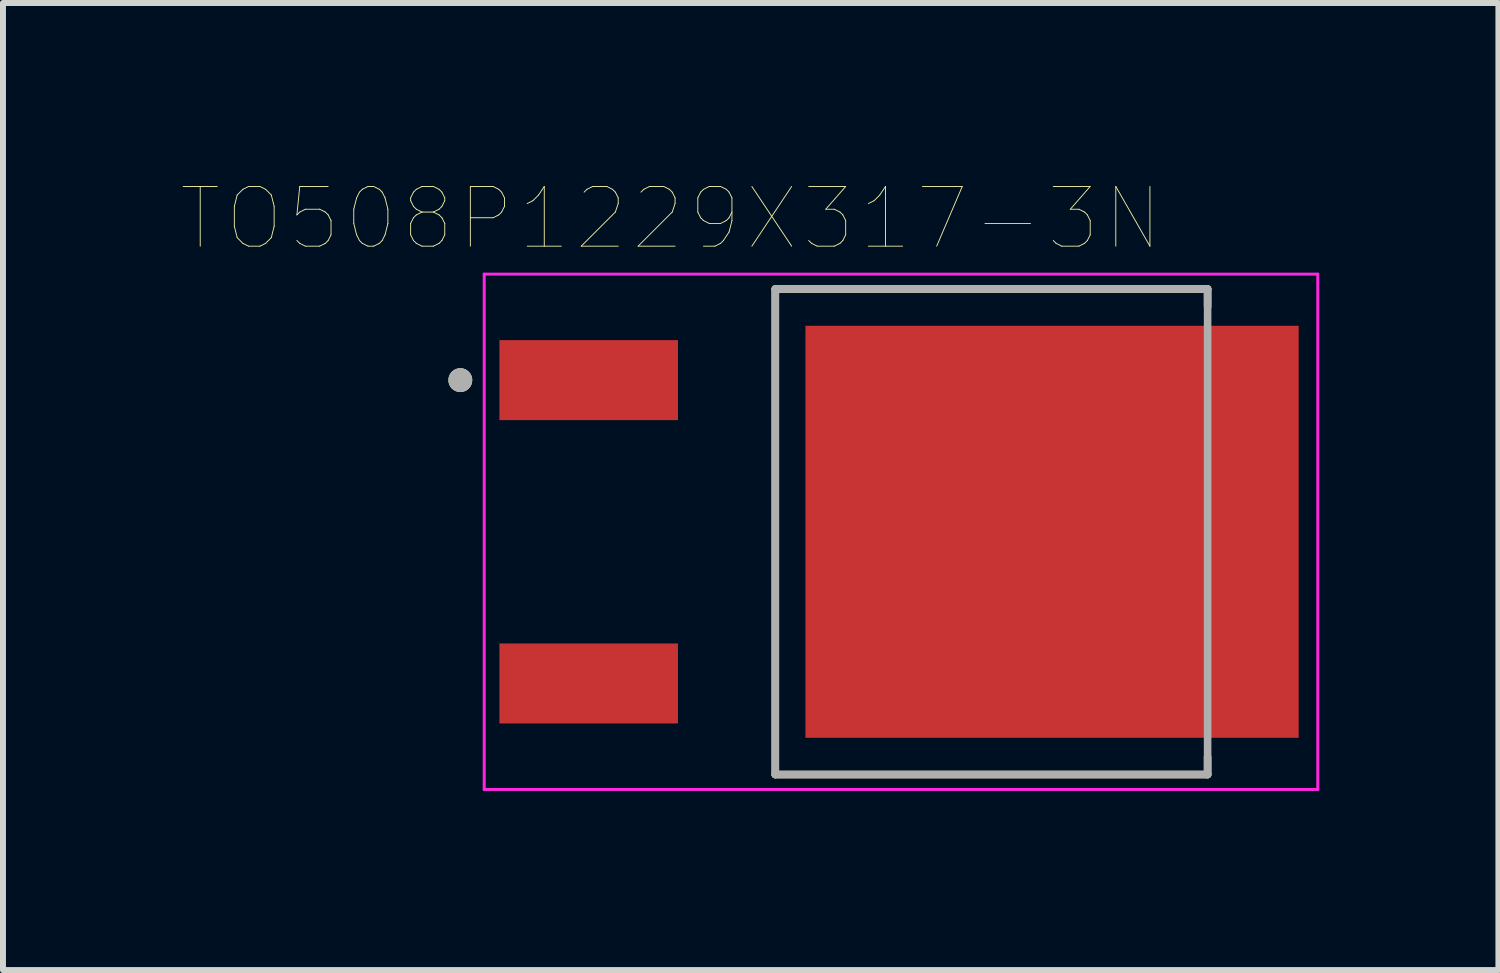
<source format=kicad_pcb>
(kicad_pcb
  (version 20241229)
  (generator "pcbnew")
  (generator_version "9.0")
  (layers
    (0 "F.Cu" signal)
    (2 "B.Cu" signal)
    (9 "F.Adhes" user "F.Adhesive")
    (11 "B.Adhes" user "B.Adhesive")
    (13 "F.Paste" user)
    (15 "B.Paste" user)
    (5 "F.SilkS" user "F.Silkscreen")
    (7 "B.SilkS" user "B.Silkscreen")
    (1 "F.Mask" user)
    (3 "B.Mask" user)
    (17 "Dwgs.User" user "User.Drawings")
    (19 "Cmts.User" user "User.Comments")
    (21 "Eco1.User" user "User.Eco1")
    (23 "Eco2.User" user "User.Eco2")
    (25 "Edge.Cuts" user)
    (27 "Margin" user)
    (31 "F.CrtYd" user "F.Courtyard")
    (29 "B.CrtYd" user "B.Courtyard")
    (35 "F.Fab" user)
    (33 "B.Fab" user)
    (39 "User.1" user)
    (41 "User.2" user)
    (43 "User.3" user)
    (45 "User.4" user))
  (footprint "TO508P1229X317-3N"
    (layer "F.Cu")
    (at 12.009 5.856)
    (property "Reference" "TO508P1229X317-3N" (at -3.825 -5.245 0) (layer "F.SilkS") (effects (font (size 1 1) (thickness 0.015))))
    (attr through_hole)
    (fp_line (start -2.075 -4.065) (end 5.165 -4.065) (stroke (width 0.127) (type solid)) (layer "F.SilkS"))
    (fp_line (start -2.075 4.065) (end -2.075 -4.065) (stroke (width 0.127) (type solid)) (layer "F.SilkS"))
    (fp_line (start 5.165 -4.065) (end 5.165 -3.77) (stroke (width 0.127) (type solid)) (layer "F.SilkS"))
    (fp_line (start 5.165 4.065) (end -2.075 4.065) (stroke (width 0.127) (type solid)) (layer "F.SilkS"))
    (fp_line (start 5.165 4.065) (end 5.165 3.77) (stroke (width 0.127) (type solid)) (layer "F.SilkS"))
    (fp_circle (center -7.35 -2.54) (end -7.25 -2.54) (stroke (width 0.2) (type solid)) (fill no) (layer "F.SilkS"))
    (fp_poly (pts (xy -1.235 -2.99) (xy 0.145 -2.99) (xy 0.145 -1.61) (xy -1.235 -1.61)) (stroke (width 0.01) (type solid)) (fill yes) (layer "F.Paste"))
    (fp_poly (pts (xy -1.235 -0.69) (xy 0.145 -0.69) (xy 0.145 0.69) (xy -1.235 0.69)) (stroke (width 0.01) (type solid)) (fill yes) (layer "F.Paste"))
    (fp_poly (pts (xy -1.235 1.61) (xy 0.145 1.61) (xy 0.145 2.99) (xy -1.235 2.99)) (stroke (width 0.01) (type solid)) (fill yes) (layer "F.Paste"))
    (fp_poly (pts (xy 0.835 -2.99) (xy 2.215 -2.99) (xy 2.215 -1.61) (xy 0.835 -1.61)) (stroke (width 0.01) (type solid)) (fill yes) (layer "F.Paste"))
    (fp_poly (pts (xy 0.835 -0.69) (xy 2.215 -0.69) (xy 2.215 0.69) (xy 0.835 0.69)) (stroke (width 0.01) (type solid)) (fill yes) (layer "F.Paste"))
    (fp_poly (pts (xy 0.835 1.61) (xy 2.215 1.61) (xy 2.215 2.99) (xy 0.835 2.99)) (stroke (width 0.01) (type solid)) (fill yes) (layer "F.Paste"))
    (fp_poly (pts (xy 2.905 -2.99) (xy 4.285 -2.99) (xy 4.285 -1.61) (xy 2.905 -1.61)) (stroke (width 0.01) (type solid)) (fill yes) (layer "F.Paste"))
    (fp_poly (pts (xy 2.905 -0.69) (xy 4.285 -0.69) (xy 4.285 0.69) (xy 2.905 0.69)) (stroke (width 0.01) (type solid)) (fill yes) (layer "F.Paste"))
    (fp_poly (pts (xy 2.905 1.61) (xy 4.285 1.61) (xy 4.285 2.99) (xy 2.905 2.99)) (stroke (width 0.01) (type solid)) (fill yes) (layer "F.Paste"))
    (fp_poly (pts (xy 4.975 -2.99) (xy 6.355 -2.99) (xy 6.355 -1.61) (xy 4.975 -1.61)) (stroke (width 0.01) (type solid)) (fill yes) (layer "F.Paste"))
    (fp_poly (pts (xy 4.975 -0.69) (xy 6.355 -0.69) (xy 6.355 0.69) (xy 4.975 0.69)) (stroke (width 0.01) (type solid)) (fill yes) (layer "F.Paste"))
    (fp_poly (pts (xy 4.975 1.61) (xy 6.355 1.61) (xy 6.355 2.99) (xy 4.975 2.99)) (stroke (width 0.01) (type solid)) (fill yes) (layer "F.Paste"))
    (fp_line (start -6.95 -4.315) (end 7.01 -4.315) (stroke (width 0.05) (type solid)) (layer "F.CrtYd"))
    (fp_line (start -6.95 4.315) (end -6.95 -4.315) (stroke (width 0.05) (type solid)) (layer "F.CrtYd"))
    (fp_line (start 7.01 -4.315) (end 7.01 4.315) (stroke (width 0.05) (type solid)) (layer "F.CrtYd"))
    (fp_line (start 7.01 4.315) (end -6.95 4.315) (stroke (width 0.05) (type solid)) (layer "F.CrtYd"))
    (fp_line (start -2.075 -4.065) (end 5.165 -4.065) (stroke (width 0.127) (type solid)) (layer "F.Fab"))
    (fp_line (start -2.075 4.065) (end -2.075 -4.065) (stroke (width 0.127) (type solid)) (layer "F.Fab"))
    (fp_line (start 5.165 -4.065) (end 5.165 4.065) (stroke (width 0.127) (type solid)) (layer "F.Fab"))
    (fp_line (start 5.165 4.065) (end -2.075 4.065) (stroke (width 0.127) (type solid)) (layer "F.Fab"))
    (fp_circle (center -7.35 -2.54) (end -7.25 -2.54) (stroke (width 0.2) (type solid)) (fill no) (layer "F.Fab"))
    (pad "1" smd rect (at -5.2 -2.54) (size 2.99 1.34) (layers "F.Cu" "F.Mask" "F.Paste"))
    (pad "2" smd rect (at -5.2 2.54) (size 2.99 1.34) (layers "F.Cu" "F.Mask" "F.Paste"))
    (pad "3" smd rect (at 2.56 0) (size 8.26 6.9) (layers "F.Cu" "F.Mask")))
  (gr_rect
    (start -3 -3)
    (end 22.044 13.196)
    (stroke (width 0.1) (type default))
    (fill no)
    (layer "Edge.Cuts")))
</source>
